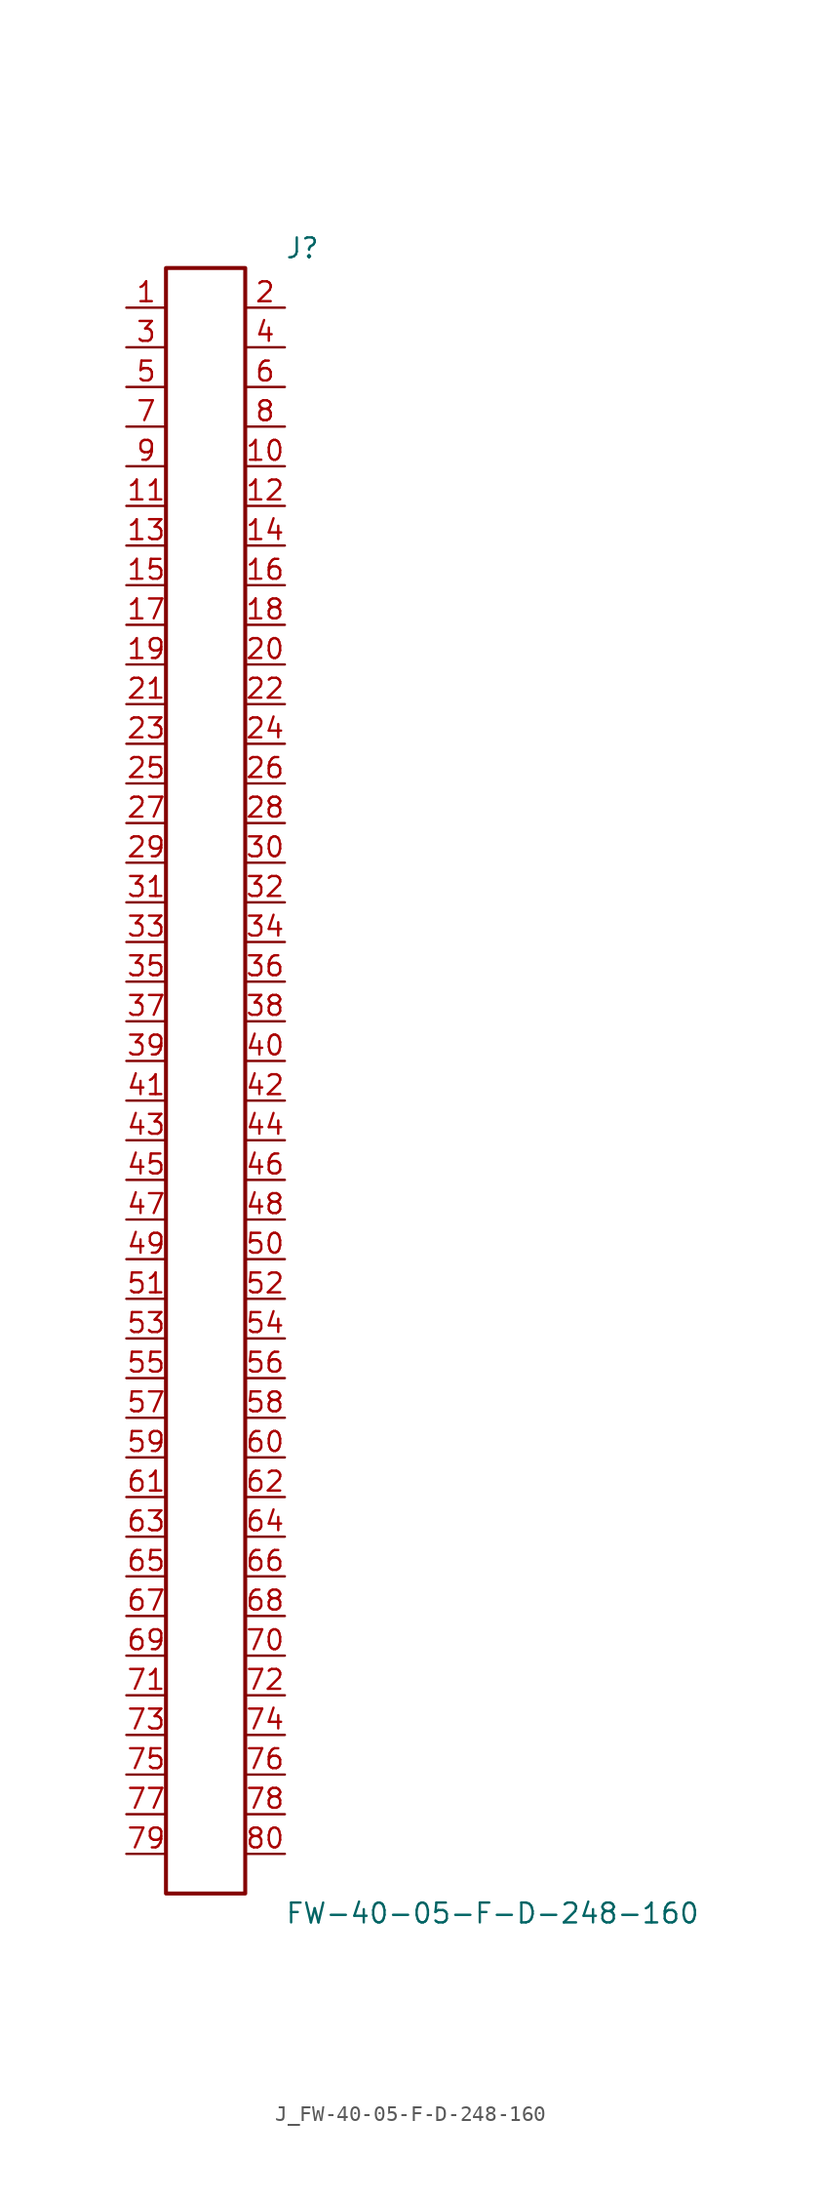
<source format=kicad_sym>
(kicad_symbol_lib
  (version 20231120)
  (generator kicad_symbol_editor)
  (generator_version 8.0)
  (symbol "J_FW-40-05-F-D-248-160"
    (pin_names
      (offset 0.254))
    (property "Reference" "J"
      (at 5.08 53.34 0)
      (effects (font (size 1.27 1.27)) (justify left)))
    (property "Value" "FW-40-05-F-D-248-160"
      (at 5.08 -53.34 0)
      (effects (font (size 1.27 1.27)) (justify left)))
    (symbol "J_FW-40-05-F-D-248-160_0_0"
      (pin passive line (at -5.08 49.53 0) (length 2.54) (name "" (effects (font (size 1.27 1.27)))) (number "1" (effects (font (size 1.27 1.27)))))
      (pin passive line (at 5.08 49.53 180) (length 2.54) (name "" (effects (font (size 1.27 1.27)))) (number "2" (effects (font (size 1.27 1.27)))))
      (pin passive line (at -5.08 46.99 0) (length 2.54) (name "" (effects (font (size 1.27 1.27)))) (number "3" (effects (font (size 1.27 1.27)))))
      (pin passive line (at 5.08 46.99 180) (length 2.54) (name "" (effects (font (size 1.27 1.27)))) (number "4" (effects (font (size 1.27 1.27)))))
      (pin passive line (at -5.08 44.45 0) (length 2.54) (name "" (effects (font (size 1.27 1.27)))) (number "5" (effects (font (size 1.27 1.27)))))
      (pin passive line (at 5.08 44.45 180) (length 2.54) (name "" (effects (font (size 1.27 1.27)))) (number "6" (effects (font (size 1.27 1.27)))))
      (pin passive line (at -5.08 41.91 0) (length 2.54) (name "" (effects (font (size 1.27 1.27)))) (number "7" (effects (font (size 1.27 1.27)))))
      (pin passive line (at 5.08 41.91 180) (length 2.54) (name "" (effects (font (size 1.27 1.27)))) (number "8" (effects (font (size 1.27 1.27)))))
      (pin passive line (at -5.08 39.37 0) (length 2.54) (name "" (effects (font (size 1.27 1.27)))) (number "9" (effects (font (size 1.27 1.27)))))
      (pin passive line (at 5.08 39.37 180) (length 2.54) (name "" (effects (font (size 1.27 1.27)))) (number "10" (effects (font (size 1.27 1.27)))))
      (pin passive line (at -5.08 36.83 0) (length 2.54) (name "" (effects (font (size 1.27 1.27)))) (number "11" (effects (font (size 1.27 1.27)))))
      (pin passive line (at 5.08 36.83 180) (length 2.54) (name "" (effects (font (size 1.27 1.27)))) (number "12" (effects (font (size 1.27 1.27)))))
      (pin passive line (at -5.08 34.29 0) (length 2.54) (name "" (effects (font (size 1.27 1.27)))) (number "13" (effects (font (size 1.27 1.27)))))
      (pin passive line (at 5.08 34.29 180) (length 2.54) (name "" (effects (font (size 1.27 1.27)))) (number "14" (effects (font (size 1.27 1.27)))))
      (pin passive line (at -5.08 31.75 0) (length 2.54) (name "" (effects (font (size 1.27 1.27)))) (number "15" (effects (font (size 1.27 1.27)))))
      (pin passive line (at 5.08 31.75 180) (length 2.54) (name "" (effects (font (size 1.27 1.27)))) (number "16" (effects (font (size 1.27 1.27)))))
      (pin passive line (at -5.08 29.21 0) (length 2.54) (name "" (effects (font (size 1.27 1.27)))) (number "17" (effects (font (size 1.27 1.27)))))
      (pin passive line (at 5.08 29.21 180) (length 2.54) (name "" (effects (font (size 1.27 1.27)))) (number "18" (effects (font (size 1.27 1.27)))))
      (pin passive line (at -5.08 26.67 0) (length 2.54) (name "" (effects (font (size 1.27 1.27)))) (number "19" (effects (font (size 1.27 1.27)))))
      (pin passive line (at 5.08 26.67 180) (length 2.54) (name "" (effects (font (size 1.27 1.27)))) (number "20" (effects (font (size 1.27 1.27)))))
      (pin passive line (at -5.08 24.13 0) (length 2.54) (name "" (effects (font (size 1.27 1.27)))) (number "21" (effects (font (size 1.27 1.27)))))
      (pin passive line (at 5.08 24.13 180) (length 2.54) (name "" (effects (font (size 1.27 1.27)))) (number "22" (effects (font (size 1.27 1.27)))))
      (pin passive line (at -5.08 21.59 0) (length 2.54) (name "" (effects (font (size 1.27 1.27)))) (number "23" (effects (font (size 1.27 1.27)))))
      (pin passive line (at 5.08 21.59 180) (length 2.54) (name "" (effects (font (size 1.27 1.27)))) (number "24" (effects (font (size 1.27 1.27)))))
      (pin passive line (at -5.08 19.05 0) (length 2.54) (name "" (effects (font (size 1.27 1.27)))) (number "25" (effects (font (size 1.27 1.27)))))
      (pin passive line (at 5.08 19.05 180) (length 2.54) (name "" (effects (font (size 1.27 1.27)))) (number "26" (effects (font (size 1.27 1.27)))))
      (pin passive line (at -5.08 16.51 0) (length 2.54) (name "" (effects (font (size 1.27 1.27)))) (number "27" (effects (font (size 1.27 1.27)))))
      (pin passive line (at 5.08 16.51 180) (length 2.54) (name "" (effects (font (size 1.27 1.27)))) (number "28" (effects (font (size 1.27 1.27)))))
      (pin passive line (at -5.08 13.97 0) (length 2.54) (name "" (effects (font (size 1.27 1.27)))) (number "29" (effects (font (size 1.27 1.27)))))
      (pin passive line (at 5.08 13.97 180) (length 2.54) (name "" (effects (font (size 1.27 1.27)))) (number "30" (effects (font (size 1.27 1.27)))))
      (pin passive line (at -5.08 11.43 0) (length 2.54) (name "" (effects (font (size 1.27 1.27)))) (number "31" (effects (font (size 1.27 1.27)))))
      (pin passive line (at 5.08 11.43 180) (length 2.54) (name "" (effects (font (size 1.27 1.27)))) (number "32" (effects (font (size 1.27 1.27)))))
      (pin passive line (at -5.08 8.89 0) (length 2.54) (name "" (effects (font (size 1.27 1.27)))) (number "33" (effects (font (size 1.27 1.27)))))
      (pin passive line (at 5.08 8.89 180) (length 2.54) (name "" (effects (font (size 1.27 1.27)))) (number "34" (effects (font (size 1.27 1.27)))))
      (pin passive line (at -5.08 6.35 0) (length 2.54) (name "" (effects (font (size 1.27 1.27)))) (number "35" (effects (font (size 1.27 1.27)))))
      (pin passive line (at 5.08 6.35 180) (length 2.54) (name "" (effects (font (size 1.27 1.27)))) (number "36" (effects (font (size 1.27 1.27)))))
      (pin passive line (at -5.08 3.81 0) (length 2.54) (name "" (effects (font (size 1.27 1.27)))) (number "37" (effects (font (size 1.27 1.27)))))
      (pin passive line (at 5.08 3.81 180) (length 2.54) (name "" (effects (font (size 1.27 1.27)))) (number "38" (effects (font (size 1.27 1.27)))))
      (pin passive line (at -5.08 1.27 0) (length 2.54) (name "" (effects (font (size 1.27 1.27)))) (number "39" (effects (font (size 1.27 1.27)))))
      (pin passive line (at 5.08 1.27 180) (length 2.54) (name "" (effects (font (size 1.27 1.27)))) (number "40" (effects (font (size 1.27 1.27)))))
      (pin passive line (at -5.08 -1.27 0) (length 2.54) (name "" (effects (font (size 1.27 1.27)))) (number "41" (effects (font (size 1.27 1.27)))))
      (pin passive line (at 5.08 -1.27 180) (length 2.54) (name "" (effects (font (size 1.27 1.27)))) (number "42" (effects (font (size 1.27 1.27)))))
      (pin passive line (at -5.08 -3.81 0) (length 2.54) (name "" (effects (font (size 1.27 1.27)))) (number "43" (effects (font (size 1.27 1.27)))))
      (pin passive line (at 5.08 -3.81 180) (length 2.54) (name "" (effects (font (size 1.27 1.27)))) (number "44" (effects (font (size 1.27 1.27)))))
      (pin passive line (at -5.08 -6.35 0) (length 2.54) (name "" (effects (font (size 1.27 1.27)))) (number "45" (effects (font (size 1.27 1.27)))))
      (pin passive line (at 5.08 -6.35 180) (length 2.54) (name "" (effects (font (size 1.27 1.27)))) (number "46" (effects (font (size 1.27 1.27)))))
      (pin passive line (at -5.08 -8.89 0) (length 2.54) (name "" (effects (font (size 1.27 1.27)))) (number "47" (effects (font (size 1.27 1.27)))))
      (pin passive line (at 5.08 -8.89 180) (length 2.54) (name "" (effects (font (size 1.27 1.27)))) (number "48" (effects (font (size 1.27 1.27)))))
      (pin passive line (at -5.08 -11.43 0) (length 2.54) (name "" (effects (font (size 1.27 1.27)))) (number "49" (effects (font (size 1.27 1.27)))))
      (pin passive line (at 5.08 -11.43 180) (length 2.54) (name "" (effects (font (size 1.27 1.27)))) (number "50" (effects (font (size 1.27 1.27)))))
      (pin passive line (at -5.08 -13.97 0) (length 2.54) (name "" (effects (font (size 1.27 1.27)))) (number "51" (effects (font (size 1.27 1.27)))))
      (pin passive line (at 5.08 -13.97 180) (length 2.54) (name "" (effects (font (size 1.27 1.27)))) (number "52" (effects (font (size 1.27 1.27)))))
      (pin passive line (at -5.08 -16.51 0) (length 2.54) (name "" (effects (font (size 1.27 1.27)))) (number "53" (effects (font (size 1.27 1.27)))))
      (pin passive line (at 5.08 -16.51 180) (length 2.54) (name "" (effects (font (size 1.27 1.27)))) (number "54" (effects (font (size 1.27 1.27)))))
      (pin passive line (at -5.08 -19.05 0) (length 2.54) (name "" (effects (font (size 1.27 1.27)))) (number "55" (effects (font (size 1.27 1.27)))))
      (pin passive line (at 5.08 -19.05 180) (length 2.54) (name "" (effects (font (size 1.27 1.27)))) (number "56" (effects (font (size 1.27 1.27)))))
      (pin passive line (at -5.08 -21.59 0) (length 2.54) (name "" (effects (font (size 1.27 1.27)))) (number "57" (effects (font (size 1.27 1.27)))))
      (pin passive line (at 5.08 -21.59 180) (length 2.54) (name "" (effects (font (size 1.27 1.27)))) (number "58" (effects (font (size 1.27 1.27)))))
      (pin passive line (at -5.08 -24.13 0) (length 2.54) (name "" (effects (font (size 1.27 1.27)))) (number "59" (effects (font (size 1.27 1.27)))))
      (pin passive line (at 5.08 -24.13 180) (length 2.54) (name "" (effects (font (size 1.27 1.27)))) (number "60" (effects (font (size 1.27 1.27)))))
      (pin passive line (at -5.08 -26.67 0) (length 2.54) (name "" (effects (font (size 1.27 1.27)))) (number "61" (effects (font (size 1.27 1.27)))))
      (pin passive line (at 5.08 -26.67 180) (length 2.54) (name "" (effects (font (size 1.27 1.27)))) (number "62" (effects (font (size 1.27 1.27)))))
      (pin passive line (at -5.08 -29.21 0) (length 2.54) (name "" (effects (font (size 1.27 1.27)))) (number "63" (effects (font (size 1.27 1.27)))))
      (pin passive line (at 5.08 -29.21 180) (length 2.54) (name "" (effects (font (size 1.27 1.27)))) (number "64" (effects (font (size 1.27 1.27)))))
      (pin passive line (at -5.08 -31.75 0) (length 2.54) (name "" (effects (font (size 1.27 1.27)))) (number "65" (effects (font (size 1.27 1.27)))))
      (pin passive line (at 5.08 -31.75 180) (length 2.54) (name "" (effects (font (size 1.27 1.27)))) (number "66" (effects (font (size 1.27 1.27)))))
      (pin passive line (at -5.08 -34.29 0) (length 2.54) (name "" (effects (font (size 1.27 1.27)))) (number "67" (effects (font (size 1.27 1.27)))))
      (pin passive line (at 5.08 -34.29 180) (length 2.54) (name "" (effects (font (size 1.27 1.27)))) (number "68" (effects (font (size 1.27 1.27)))))
      (pin passive line (at -5.08 -36.83 0) (length 2.54) (name "" (effects (font (size 1.27 1.27)))) (number "69" (effects (font (size 1.27 1.27)))))
      (pin passive line (at 5.08 -36.83 180) (length 2.54) (name "" (effects (font (size 1.27 1.27)))) (number "70" (effects (font (size 1.27 1.27)))))
      (pin passive line (at -5.08 -39.37 0) (length 2.54) (name "" (effects (font (size 1.27 1.27)))) (number "71" (effects (font (size 1.27 1.27)))))
      (pin passive line (at 5.08 -39.37 180) (length 2.54) (name "" (effects (font (size 1.27 1.27)))) (number "72" (effects (font (size 1.27 1.27)))))
      (pin passive line (at -5.08 -41.91 0) (length 2.54) (name "" (effects (font (size 1.27 1.27)))) (number "73" (effects (font (size 1.27 1.27)))))
      (pin passive line (at 5.08 -41.91 180) (length 2.54) (name "" (effects (font (size 1.27 1.27)))) (number "74" (effects (font (size 1.27 1.27)))))
      (pin passive line (at -5.08 -44.45 0) (length 2.54) (name "" (effects (font (size 1.27 1.27)))) (number "75" (effects (font (size 1.27 1.27)))))
      (pin passive line (at 5.08 -44.45 180) (length 2.54) (name "" (effects (font (size 1.27 1.27)))) (number "76" (effects (font (size 1.27 1.27)))))
      (pin passive line (at -5.08 -46.99 0) (length 2.54) (name "" (effects (font (size 1.27 1.27)))) (number "77" (effects (font (size 1.27 1.27)))))
      (pin passive line (at 5.08 -46.99 180) (length 2.54) (name "" (effects (font (size 1.27 1.27)))) (number "78" (effects (font (size 1.27 1.27)))))
      (pin passive line (at -5.08 -49.53 0) (length 2.54) (name "" (effects (font (size 1.27 1.27)))) (number "79" (effects (font (size 1.27 1.27)))))
      (pin passive line (at 5.08 -49.53 180) (length 2.54) (name "" (effects (font (size 1.27 1.27)))) (number "80" (effects (font (size 1.27 1.27))))))
    (symbol "J_FW-40-05-F-D-248-160_1_0"
      (rectangle (start -2.54 52.07) (end 2.54 -52.07) (stroke (width 0.254) (type solid)) (fill (type none))))))
</source>
